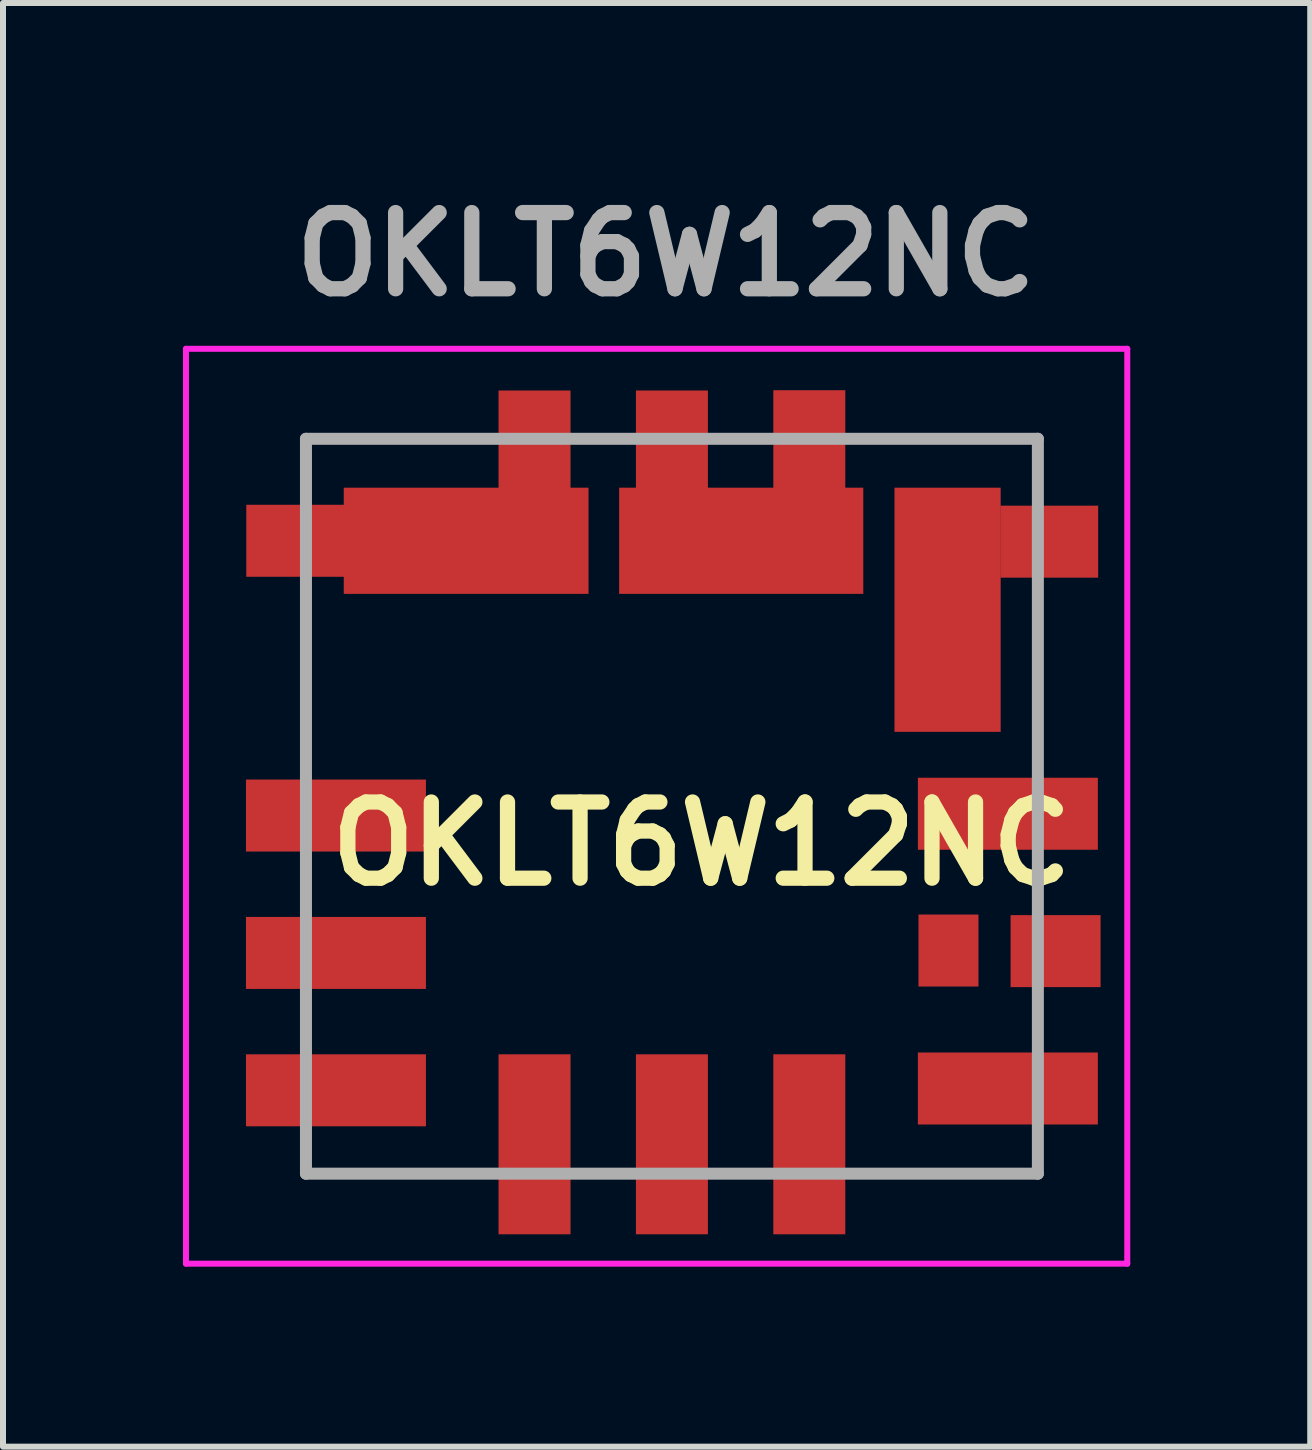
<source format=kicad_pcb>
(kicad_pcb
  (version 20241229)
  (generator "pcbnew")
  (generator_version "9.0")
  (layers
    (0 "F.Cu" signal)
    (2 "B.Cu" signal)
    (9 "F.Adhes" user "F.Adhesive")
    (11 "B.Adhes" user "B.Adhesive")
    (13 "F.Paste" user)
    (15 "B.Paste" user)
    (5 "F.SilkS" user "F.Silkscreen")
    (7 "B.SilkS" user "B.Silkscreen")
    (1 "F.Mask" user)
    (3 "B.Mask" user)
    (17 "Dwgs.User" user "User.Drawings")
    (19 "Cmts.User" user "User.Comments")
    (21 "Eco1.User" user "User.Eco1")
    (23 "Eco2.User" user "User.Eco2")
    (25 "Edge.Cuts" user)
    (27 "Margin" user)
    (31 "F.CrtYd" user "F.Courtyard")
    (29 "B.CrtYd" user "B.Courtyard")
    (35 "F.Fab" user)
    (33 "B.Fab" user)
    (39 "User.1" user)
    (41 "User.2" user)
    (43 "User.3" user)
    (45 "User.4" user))
  (footprint "OKLT6W12NC"
    (layer "F.Cu")
    (at 2.05 4.264)
    (property "Reference" "OKLT6W12NC" (at 6.595 6.75 0) (layer "F.SilkS") (effects (font (size 1.27 1.27) (thickness 0.254))))
    (attr smd)
    (fp_line (start 0 0) (end 0 1.05) (stroke (width 0.1) (type default)) (layer "F.SilkS"))
    (fp_line (start 0 0) (end 3.15 0) (stroke (width 0.1) (type solid)) (layer "F.SilkS"))
    (fp_line (start 0 5.64) (end 0 2.35) (stroke (width 0.1) (type solid)) (layer "F.SilkS"))
    (fp_line (start 0 9.21) (end 0 10.22) (stroke (width 0.1) (type default)) (layer "F.SilkS"))
    (fp_line (start 0 12.25) (end 0 11.5) (stroke (width 0.1) (type default)) (layer "F.SilkS"))
    (fp_line (start 0.01 6.93) (end 0.01 7.91) (stroke (width 0.1) (type default)) (layer "F.SilkS"))
    (fp_line (start 3.16 12.25) (end 0 12.25) (stroke (width 0.1) (type solid)) (layer "F.SilkS"))
    (fp_line (start 4.46 0) (end 5.46 0) (stroke (width 0.1) (type default)) (layer "F.SilkS"))
    (fp_line (start 4.46 12.25) (end 5.45 12.25) (stroke (width 0.1) (type default)) (layer "F.SilkS"))
    (fp_line (start 6.75 0) (end 7.74 0) (stroke (width 0.1) (type default)) (layer "F.SilkS"))
    (fp_line (start 6.75 12.25) (end 7.73 12.25) (stroke (width 0.1) (type default)) (layer "F.SilkS"))
    (fp_line (start 9.06 0) (end 12.2 0) (stroke (width 0.1) (type default)) (layer "F.SilkS"))
    (fp_line (start 12.2 0) (end 12.2 1.065) (stroke (width 0.1) (type default)) (layer "F.SilkS"))
    (fp_line (start 12.2 2.365) (end 12.2 5.6) (stroke (width 0.1) (type solid)) (layer "F.SilkS"))
    (fp_line (start 12.2 6.9) (end 12.2 7.89) (stroke (width 0.1) (type default)) (layer "F.SilkS"))
    (fp_line (start 12.2 9.19) (end 12.2 10.18) (stroke (width 0.1) (type default)) (layer "F.SilkS"))
    (fp_line (start 12.2 12.25) (end 9.04 12.25) (stroke (width 0.1) (type default)) (layer "F.SilkS"))
    (fp_line (start 12.2 12.25) (end 12.2 11.48) (stroke (width 0.1) (type default)) (layer "F.SilkS"))
    (fp_line (start -2 -1.5) (end 13.69 -1.5) (stroke (width 0.1) (type solid)) (layer "F.CrtYd"))
    (fp_line (start -2 13.75) (end -2 -1.5) (stroke (width 0.1) (type solid)) (layer "F.CrtYd"))
    (fp_line (start 13.69 -1.5) (end 13.69 13.75) (stroke (width 0.1) (type solid)) (layer "F.CrtYd"))
    (fp_line (start 13.69 13.75) (end -2 13.75) (stroke (width 0.1) (type solid)) (layer "F.CrtYd"))
    (fp_line (start 0 0) (end 0 12.25) (stroke (width 0.2) (type solid)) (layer "F.Fab"))
    (fp_line (start 0 12.25) (end 12.2 12.25) (stroke (width 0.2) (type solid)) (layer "F.Fab"))
    (fp_line (start 12.2 0) (end 0 0) (stroke (width 0.2) (type solid)) (layer "F.Fab"))
    (fp_line (start 12.2 12.25) (end 12.2 0) (stroke (width 0.2) (type solid)) (layer "F.Fab"))
    (fp_text user "${REFERENCE}" (at 6 -3.075 0) (layer "F.Fab") (effects (font (size 1.27 1.27) (thickness 0.254))))
    (pad "" smd rect (at 12.495 8.54 90) (size 1.2 1.5) (layers "F.Cu" "F.Mask" "F.Paste"))
    (pad "1" smd rect (at 0.5 6.28 90) (size 1.2 3) (layers "F.Cu" "F.Mask" "F.Paste"))
    (pad "2" smd rect (at -0.18 1.7 90) (size 1.2 1.63) (layers "F.Cu" "F.Mask" "F.Paste"))
    (pad "2" smd rect (at 2.67 1.7 90) (size 1.77 4.08) (layers "F.Cu" "F.Mask" "F.Paste"))
    (pad "2" smd rect (at 3.81 0.01 180) (size 1.2 1.63) (layers "F.Cu" "F.Mask" "F.Paste"))
    (pad "3" smd rect (at 6.1 0.01 180) (size 1.2 1.63) (layers "F.Cu" "F.Mask" "F.Paste"))
    (pad "3" smd rect (at 7.255 1.7 90) (size 1.77 4.07) (layers "F.Cu" "F.Mask" "F.Paste"))
    (pad "3" smd rect (at 8.39 0.005 180) (size 1.2 1.63) (layers "F.Cu" "F.Mask" "F.Paste"))
    (pad "4" smd rect (at 10.695 2.85) (size 1.77 4.07) (layers "F.Cu" "F.Mask" "F.Paste"))
    (pad "4" smd rect (at 12.39 1.715 90) (size 1.2 1.63) (layers "F.Cu" "F.Mask" "F.Paste"))
    (pad "5" smd rect (at 11.7 6.25 90) (size 1.2 3) (layers "F.Cu" "F.Mask" "F.Paste"))
    (pad "6" smd rect (at 11.7 10.83 90) (size 1.2 3) (layers "F.Cu" "F.Mask" "F.Paste"))
    (pad "7" smd rect (at 6.1 11.76 90) (size 3 1.2) (layers "F.Cu" "F.Mask" "F.Paste"))
    (pad "8" smd rect (at 3.81 11.76 90) (size 3 1.2) (layers "F.Cu" "F.Mask" "F.Paste"))
    (pad "9" smd rect (at 0.5 10.86 90) (size 1.2 3) (layers "F.Cu" "F.Mask" "F.Paste"))
    (pad "10" smd rect (at 0.5 8.57 90) (size 1.2 3) (layers "F.Cu" "F.Mask" "F.Paste"))
    (pad "11" smd rect (at 10.71 8.53 90) (size 1.2 1) (layers "F.Cu" "F.Mask" "F.Paste"))
    (pad "12" smd rect (at 8.39 11.76 90) (size 3 1.2) (layers "F.Cu" "F.Mask" "F.Paste")))
  (gr_rect
    (start -3 -3)
    (end 18.79 21.064)
    (stroke (width 0.1) (type default))
    (fill no)
    (layer "Edge.Cuts")))
</source>
